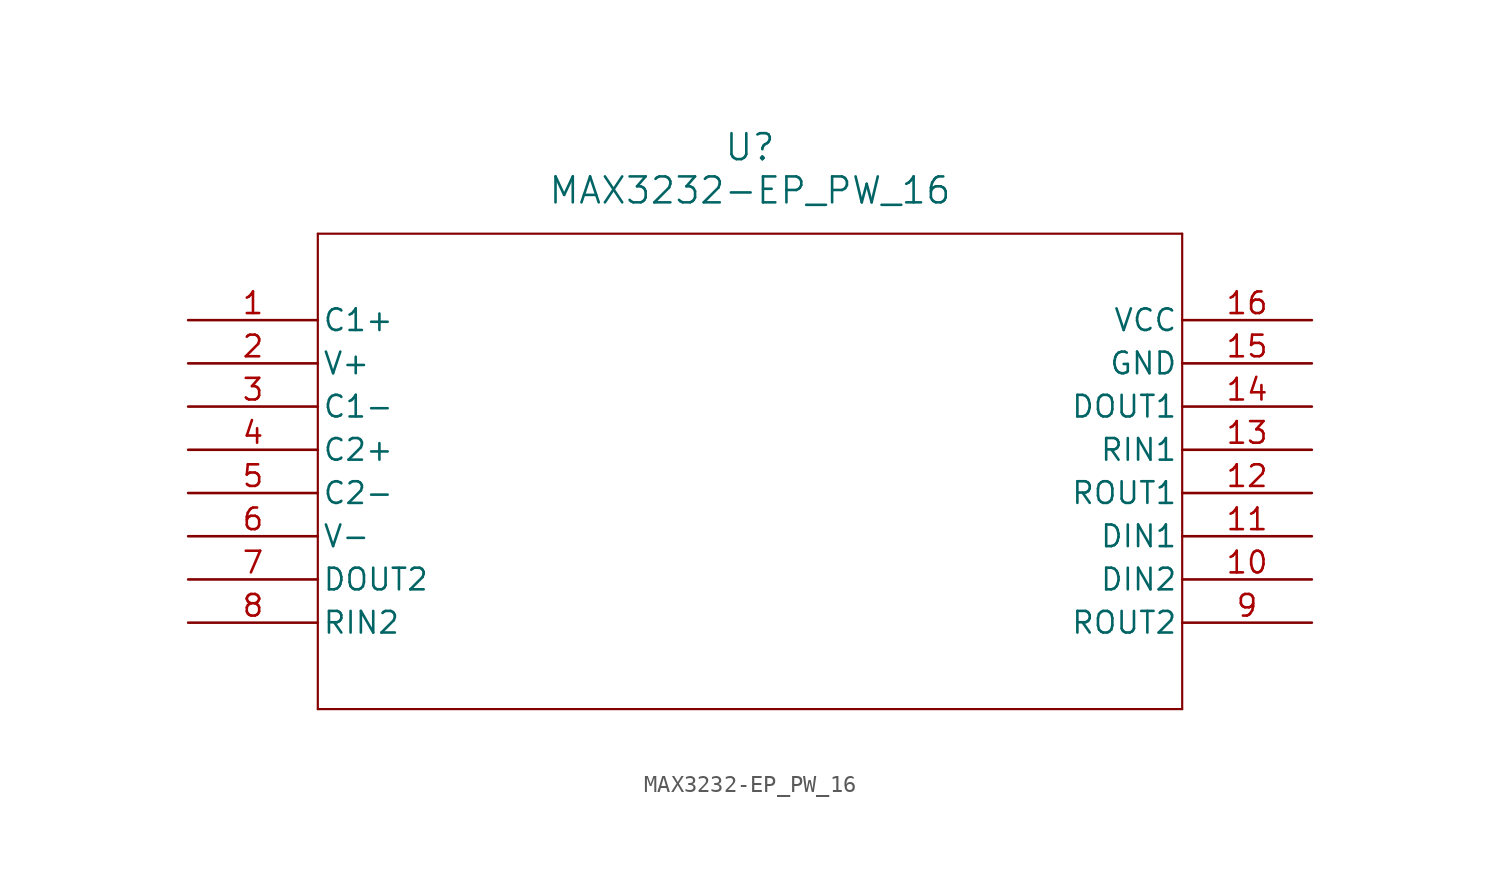
<source format=kicad_sym>
(kicad_symbol_lib
  (version 20211014)
  (generator kicad_symbol_editor)
  (symbol "MAX3232-EP_PW_16"
    (pin_names
      (offset 0.254))
    (property "Reference" "U"
      (at 33.02 10.16 0)
      (effects (font (size 1.524 1.524))))
    (property "Value" "MAX3232-EP_PW_16"
      (at 33.02 7.62 0)
      (effects (font (size 1.524 1.524))))
    (symbol "MAX3232-EP_PW_16_0_1"
      (polyline (pts (xy 7.62 5.08) (xy 7.62 -22.86)) (stroke (width 0.127) (type default) (color 0 0 0 0)) (fill (type none)))
      (polyline (pts (xy 7.62 -22.86) (xy 58.42 -22.86)) (stroke (width 0.127) (type default) (color 0 0 0 0)) (fill (type none)))
      (polyline (pts (xy 58.42 -22.86) (xy 58.42 5.08)) (stroke (width 0.127) (type default) (color 0 0 0 0)) (fill (type none)))
      (polyline (pts (xy 58.42 5.08) (xy 7.62 5.08)) (stroke (width 0.127) (type default) (color 0 0 0 0)) (fill (type none)))
      (pin unspecified line (at 0 0 0) (length 7.62) (name "C1+" (effects (font (size 1.27 1.27)))) (number "1" (effects (font (size 1.27 1.27)))))
      (pin power_in line (at 0 -2.54 0) (length 7.62) (name "V+" (effects (font (size 1.27 1.27)))) (number "2" (effects (font (size 1.27 1.27)))))
      (pin unspecified line (at 0 -5.08 0) (length 7.62) (name "C1-" (effects (font (size 1.27 1.27)))) (number "3" (effects (font (size 1.27 1.27)))))
      (pin unspecified line (at 0 -7.62 0) (length 7.62) (name "C2+" (effects (font (size 1.27 1.27)))) (number "4" (effects (font (size 1.27 1.27)))))
      (pin unspecified line (at 0 -10.16 0) (length 7.62) (name "C2-" (effects (font (size 1.27 1.27)))) (number "5" (effects (font (size 1.27 1.27)))))
      (pin power_in line (at 0 -12.7 0) (length 7.62) (name "V-" (effects (font (size 1.27 1.27)))) (number "6" (effects (font (size 1.27 1.27)))))
      (pin output line (at 0 -15.24 0) (length 7.62) (name "DOUT2" (effects (font (size 1.27 1.27)))) (number "7" (effects (font (size 1.27 1.27)))))
      (pin input line (at 0 -17.78 0) (length 7.62) (name "RIN2" (effects (font (size 1.27 1.27)))) (number "8" (effects (font (size 1.27 1.27)))))
      (pin output line (at 66.04 -17.78 180) (length 7.62) (name "ROUT2" (effects (font (size 1.27 1.27)))) (number "9" (effects (font (size 1.27 1.27)))))
      (pin input line (at 66.04 -15.24 180) (length 7.62) (name "DIN2" (effects (font (size 1.27 1.27)))) (number "10" (effects (font (size 1.27 1.27)))))
      (pin input line (at 66.04 -12.7 180) (length 7.62) (name "DIN1" (effects (font (size 1.27 1.27)))) (number "11" (effects (font (size 1.27 1.27)))))
      (pin output line (at 66.04 -10.16 180) (length 7.62) (name "ROUT1" (effects (font (size 1.27 1.27)))) (number "12" (effects (font (size 1.27 1.27)))))
      (pin input line (at 66.04 -7.62 180) (length 7.62) (name "RIN1" (effects (font (size 1.27 1.27)))) (number "13" (effects (font (size 1.27 1.27)))))
      (pin output line (at 66.04 -5.08 180) (length 7.62) (name "DOUT1" (effects (font (size 1.27 1.27)))) (number "14" (effects (font (size 1.27 1.27)))))
      (pin power_in line (at 66.04 -2.54 180) (length 7.62) (name "GND" (effects (font (size 1.27 1.27)))) (number "15" (effects (font (size 1.27 1.27)))))
      (pin power_in line (at 66.04 0 180) (length 7.62) (name "VCC" (effects (font (size 1.27 1.27)))) (number "16" (effects (font (size 1.27 1.27))))))))
</source>
